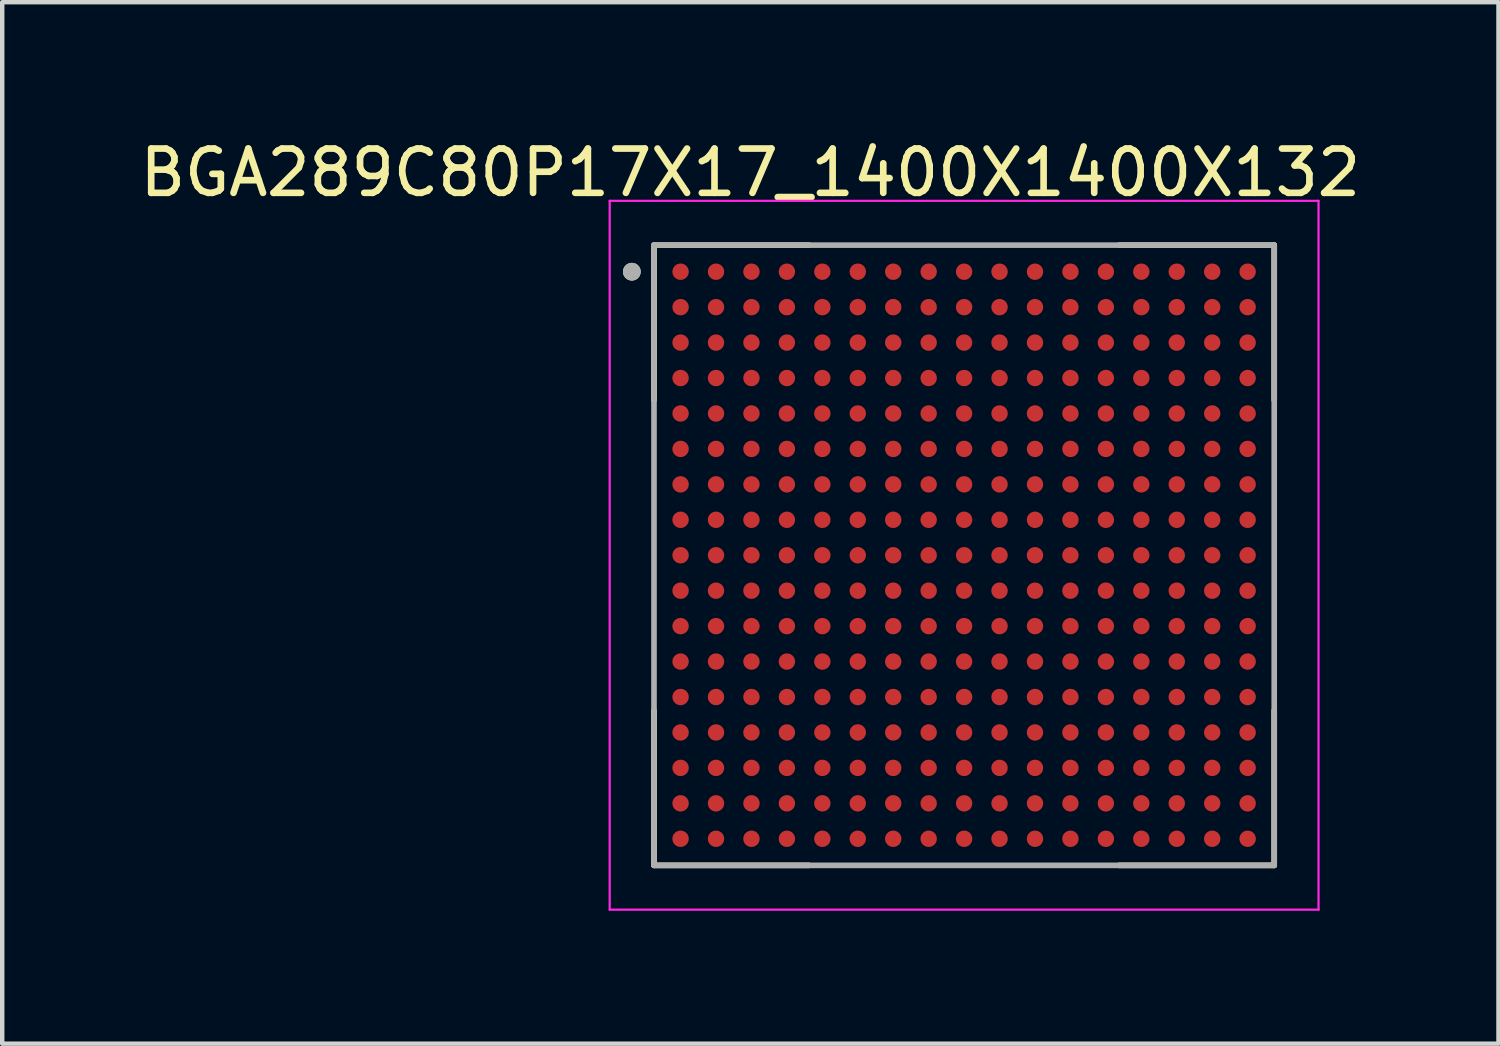
<source format=kicad_pcb>
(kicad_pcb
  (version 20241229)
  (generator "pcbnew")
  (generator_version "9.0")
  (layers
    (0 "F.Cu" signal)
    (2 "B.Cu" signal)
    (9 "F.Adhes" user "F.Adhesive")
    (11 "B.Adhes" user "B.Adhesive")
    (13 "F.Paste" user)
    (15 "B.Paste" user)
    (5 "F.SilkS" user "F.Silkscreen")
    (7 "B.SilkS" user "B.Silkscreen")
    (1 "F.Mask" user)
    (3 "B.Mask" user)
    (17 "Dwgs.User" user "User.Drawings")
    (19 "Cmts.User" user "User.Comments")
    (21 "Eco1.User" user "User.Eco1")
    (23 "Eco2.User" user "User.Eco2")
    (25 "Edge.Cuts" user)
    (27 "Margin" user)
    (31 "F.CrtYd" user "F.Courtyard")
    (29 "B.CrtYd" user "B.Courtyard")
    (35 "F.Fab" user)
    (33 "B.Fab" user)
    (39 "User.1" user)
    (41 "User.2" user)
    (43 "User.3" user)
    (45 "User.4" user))
  (footprint "BGA289C80P17X17_1400X1400X132"
    (layer "F.Cu")
    (at 18.712 9.483)
    (property "Reference" "BGA289C80P17X17_1400X1400X132" (at -4.825 -8.635 0) (layer "F.SilkS") (effects (font (size 1 1) (thickness 0.15))))
    (attr through_hole)
    (fp_line (start -7 -7) (end -7 -3.5) (stroke (width 0.127) (type solid)) (layer "F.SilkS"))
    (fp_line (start -7 -7) (end -3.5 -7) (stroke (width 0.127) (type solid)) (layer "F.SilkS"))
    (fp_line (start -7 7) (end -7 3.5) (stroke (width 0.127) (type solid)) (layer "F.SilkS"))
    (fp_line (start -7 7) (end -3.5 7) (stroke (width 0.127) (type solid)) (layer "F.SilkS"))
    (fp_line (start 7 -7) (end 3.5 -7) (stroke (width 0.127) (type solid)) (layer "F.SilkS"))
    (fp_line (start 7 -7) (end 7 -3.5) (stroke (width 0.127) (type solid)) (layer "F.SilkS"))
    (fp_line (start 7 7) (end 3.5 7) (stroke (width 0.127) (type solid)) (layer "F.SilkS"))
    (fp_line (start 7 7) (end 7 3.5) (stroke (width 0.127) (type solid)) (layer "F.SilkS"))
    (fp_circle (center -7.5 -6.4) (end -7.4 -6.4) (stroke (width 0.2) (type solid)) (fill no) (layer "F.SilkS"))
    (fp_line (start -8 -8) (end 8 -8) (stroke (width 0.05) (type solid)) (layer "F.CrtYd"))
    (fp_line (start -8 8) (end -8 -8) (stroke (width 0.05) (type solid)) (layer "F.CrtYd"))
    (fp_line (start -8 8) (end 8 8) (stroke (width 0.05) (type solid)) (layer "F.CrtYd"))
    (fp_line (start 8 8) (end 8 -8) (stroke (width 0.05) (type solid)) (layer "F.CrtYd"))
    (fp_line (start -7 7) (end -7 -7) (stroke (width 0.127) (type solid)) (layer "F.Fab"))
    (fp_line (start 7 -7) (end -7 -7) (stroke (width 0.127) (type solid)) (layer "F.Fab"))
    (fp_line (start 7 7) (end -7 7) (stroke (width 0.127) (type solid)) (layer "F.Fab"))
    (fp_line (start 7 7) (end 7 -7) (stroke (width 0.127) (type solid)) (layer "F.Fab"))
    (fp_circle (center -7.5 -6.4) (end -7.4 -6.4) (stroke (width 0.2) (type solid)) (fill no) (layer "F.Fab"))
    (pad "A1" smd circle (at -6.4 -6.4) (size 0.37 0.37) (layers "F.Cu" "F.Mask" "F.Paste"))
    (pad "A2" smd circle (at -5.6 -6.4) (size 0.37 0.37) (layers "F.Cu" "F.Mask" "F.Paste"))
    (pad "A3" smd circle (at -4.8 -6.4) (size 0.37 0.37) (layers "F.Cu" "F.Mask" "F.Paste"))
    (pad "A4" smd circle (at -4 -6.4) (size 0.37 0.37) (layers "F.Cu" "F.Mask" "F.Paste"))
    (pad "A5" smd circle (at -3.2 -6.4) (size 0.37 0.37) (layers "F.Cu" "F.Mask" "F.Paste"))
    (pad "A6" smd circle (at -2.4 -6.4) (size 0.37 0.37) (layers "F.Cu" "F.Mask" "F.Paste"))
    (pad "A7" smd circle (at -1.6 -6.4) (size 0.37 0.37) (layers "F.Cu" "F.Mask" "F.Paste"))
    (pad "A8" smd circle (at -0.8 -6.4) (size 0.37 0.37) (layers "F.Cu" "F.Mask" "F.Paste"))
    (pad "A9" smd circle (at 0 -6.4) (size 0.37 0.37) (layers "F.Cu" "F.Mask" "F.Paste"))
    (pad "A10" smd circle (at 0.8 -6.4) (size 0.37 0.37) (layers "F.Cu" "F.Mask" "F.Paste"))
    (pad "A11" smd circle (at 1.6 -6.4) (size 0.37 0.37) (layers "F.Cu" "F.Mask" "F.Paste"))
    (pad "A12" smd circle (at 2.4 -6.4) (size 0.37 0.37) (layers "F.Cu" "F.Mask" "F.Paste"))
    (pad "A13" smd circle (at 3.2 -6.4) (size 0.37 0.37) (layers "F.Cu" "F.Mask" "F.Paste"))
    (pad "A14" smd circle (at 4 -6.4) (size 0.37 0.37) (layers "F.Cu" "F.Mask" "F.Paste"))
    (pad "A15" smd circle (at 4.8 -6.4) (size 0.37 0.37) (layers "F.Cu" "F.Mask" "F.Paste"))
    (pad "A16" smd circle (at 5.6 -6.4) (size 0.37 0.37) (layers "F.Cu" "F.Mask" "F.Paste"))
    (pad "A17" smd circle (at 6.4 -6.4) (size 0.37 0.37) (layers "F.Cu" "F.Mask" "F.Paste"))
    (pad "B1" smd circle (at -6.4 -5.6) (size 0.37 0.37) (layers "F.Cu" "F.Mask" "F.Paste"))
    (pad "B2" smd circle (at -5.6 -5.6) (size 0.37 0.37) (layers "F.Cu" "F.Mask" "F.Paste"))
    (pad "B3" smd circle (at -4.8 -5.6) (size 0.37 0.37) (layers "F.Cu" "F.Mask" "F.Paste"))
    (pad "B4" smd circle (at -4 -5.6) (size 0.37 0.37) (layers "F.Cu" "F.Mask" "F.Paste"))
    (pad "B5" smd circle (at -3.2 -5.6) (size 0.37 0.37) (layers "F.Cu" "F.Mask" "F.Paste"))
    (pad "B6" smd circle (at -2.4 -5.6) (size 0.37 0.37) (layers "F.Cu" "F.Mask" "F.Paste"))
    (pad "B7" smd circle (at -1.6 -5.6) (size 0.37 0.37) (layers "F.Cu" "F.Mask" "F.Paste"))
    (pad "B8" smd circle (at -0.8 -5.6) (size 0.37 0.37) (layers "F.Cu" "F.Mask" "F.Paste"))
    (pad "B9" smd circle (at 0 -5.6) (size 0.37 0.37) (layers "F.Cu" "F.Mask" "F.Paste"))
    (pad "B10" smd circle (at 0.8 -5.6) (size 0.37 0.37) (layers "F.Cu" "F.Mask" "F.Paste"))
    (pad "B11" smd circle (at 1.6 -5.6) (size 0.37 0.37) (layers "F.Cu" "F.Mask" "F.Paste"))
    (pad "B12" smd circle (at 2.4 -5.6) (size 0.37 0.37) (layers "F.Cu" "F.Mask" "F.Paste"))
    (pad "B13" smd circle (at 3.2 -5.6) (size 0.37 0.37) (layers "F.Cu" "F.Mask" "F.Paste"))
    (pad "B14" smd circle (at 4 -5.6) (size 0.37 0.37) (layers "F.Cu" "F.Mask" "F.Paste"))
    (pad "B15" smd circle (at 4.8 -5.6) (size 0.37 0.37) (layers "F.Cu" "F.Mask" "F.Paste"))
    (pad "B16" smd circle (at 5.6 -5.6) (size 0.37 0.37) (layers "F.Cu" "F.Mask" "F.Paste"))
    (pad "B17" smd circle (at 6.4 -5.6) (size 0.37 0.37) (layers "F.Cu" "F.Mask" "F.Paste"))
    (pad "C1" smd circle (at -6.4 -4.8) (size 0.37 0.37) (layers "F.Cu" "F.Mask" "F.Paste"))
    (pad "C2" smd circle (at -5.6 -4.8) (size 0.37 0.37) (layers "F.Cu" "F.Mask" "F.Paste"))
    (pad "C3" smd circle (at -4.8 -4.8) (size 0.37 0.37) (layers "F.Cu" "F.Mask" "F.Paste"))
    (pad "C4" smd circle (at -4 -4.8) (size 0.37 0.37) (layers "F.Cu" "F.Mask" "F.Paste"))
    (pad "C5" smd circle (at -3.2 -4.8) (size 0.37 0.37) (layers "F.Cu" "F.Mask" "F.Paste"))
    (pad "C6" smd circle (at -2.4 -4.8) (size 0.37 0.37) (layers "F.Cu" "F.Mask" "F.Paste"))
    (pad "C7" smd circle (at -1.6 -4.8) (size 0.37 0.37) (layers "F.Cu" "F.Mask" "F.Paste"))
    (pad "C8" smd circle (at -0.8 -4.8) (size 0.37 0.37) (layers "F.Cu" "F.Mask" "F.Paste"))
    (pad "C9" smd circle (at 0 -4.8) (size 0.37 0.37) (layers "F.Cu" "F.Mask" "F.Paste"))
    (pad "C10" smd circle (at 0.8 -4.8) (size 0.37 0.37) (layers "F.Cu" "F.Mask" "F.Paste"))
    (pad "C11" smd circle (at 1.6 -4.8) (size 0.37 0.37) (layers "F.Cu" "F.Mask" "F.Paste"))
    (pad "C12" smd circle (at 2.4 -4.8) (size 0.37 0.37) (layers "F.Cu" "F.Mask" "F.Paste"))
    (pad "C13" smd circle (at 3.2 -4.8) (size 0.37 0.37) (layers "F.Cu" "F.Mask" "F.Paste"))
    (pad "C14" smd circle (at 4 -4.8) (size 0.37 0.37) (layers "F.Cu" "F.Mask" "F.Paste"))
    (pad "C15" smd circle (at 4.8 -4.8) (size 0.37 0.37) (layers "F.Cu" "F.Mask" "F.Paste"))
    (pad "C16" smd circle (at 5.6 -4.8) (size 0.37 0.37) (layers "F.Cu" "F.Mask" "F.Paste"))
    (pad "C17" smd circle (at 6.4 -4.8) (size 0.37 0.37) (layers "F.Cu" "F.Mask" "F.Paste"))
    (pad "D1" smd circle (at -6.4 -4) (size 0.37 0.37) (layers "F.Cu" "F.Mask" "F.Paste"))
    (pad "D2" smd circle (at -5.6 -4) (size 0.37 0.37) (layers "F.Cu" "F.Mask" "F.Paste"))
    (pad "D3" smd circle (at -4.8 -4) (size 0.37 0.37) (layers "F.Cu" "F.Mask" "F.Paste"))
    (pad "D4" smd circle (at -4 -4) (size 0.37 0.37) (layers "F.Cu" "F.Mask" "F.Paste"))
    (pad "D5" smd circle (at -3.2 -4) (size 0.37 0.37) (layers "F.Cu" "F.Mask" "F.Paste"))
    (pad "D6" smd circle (at -2.4 -4) (size 0.37 0.37) (layers "F.Cu" "F.Mask" "F.Paste"))
    (pad "D7" smd circle (at -1.6 -4) (size 0.37 0.37) (layers "F.Cu" "F.Mask" "F.Paste"))
    (pad "D8" smd circle (at -0.8 -4) (size 0.37 0.37) (layers "F.Cu" "F.Mask" "F.Paste"))
    (pad "D9" smd circle (at 0 -4) (size 0.37 0.37) (layers "F.Cu" "F.Mask" "F.Paste"))
    (pad "D10" smd circle (at 0.8 -4) (size 0.37 0.37) (layers "F.Cu" "F.Mask" "F.Paste"))
    (pad "D11" smd circle (at 1.6 -4) (size 0.37 0.37) (layers "F.Cu" "F.Mask" "F.Paste"))
    (pad "D12" smd circle (at 2.4 -4) (size 0.37 0.37) (layers "F.Cu" "F.Mask" "F.Paste"))
    (pad "D13" smd circle (at 3.2 -4) (size 0.37 0.37) (layers "F.Cu" "F.Mask" "F.Paste"))
    (pad "D14" smd circle (at 4 -4) (size 0.37 0.37) (layers "F.Cu" "F.Mask" "F.Paste"))
    (pad "D15" smd circle (at 4.8 -4) (size 0.37 0.37) (layers "F.Cu" "F.Mask" "F.Paste"))
    (pad "D16" smd circle (at 5.6 -4) (size 0.37 0.37) (layers "F.Cu" "F.Mask" "F.Paste"))
    (pad "D17" smd circle (at 6.4 -4) (size 0.37 0.37) (layers "F.Cu" "F.Mask" "F.Paste"))
    (pad "E1" smd circle (at -6.4 -3.2) (size 0.37 0.37) (layers "F.Cu" "F.Mask" "F.Paste"))
    (pad "E2" smd circle (at -5.6 -3.2) (size 0.37 0.37) (layers "F.Cu" "F.Mask" "F.Paste"))
    (pad "E3" smd circle (at -4.8 -3.2) (size 0.37 0.37) (layers "F.Cu" "F.Mask" "F.Paste"))
    (pad "E4" smd circle (at -4 -3.2) (size 0.37 0.37) (layers "F.Cu" "F.Mask" "F.Paste"))
    (pad "E5" smd circle (at -3.2 -3.2) (size 0.37 0.37) (layers "F.Cu" "F.Mask" "F.Paste"))
    (pad "E6" smd circle (at -2.4 -3.2) (size 0.37 0.37) (layers "F.Cu" "F.Mask" "F.Paste"))
    (pad "E7" smd circle (at -1.6 -3.2) (size 0.37 0.37) (layers "F.Cu" "F.Mask" "F.Paste"))
    (pad "E8" smd circle (at -0.8 -3.2) (size 0.37 0.37) (layers "F.Cu" "F.Mask" "F.Paste"))
    (pad "E9" smd circle (at 0 -3.2) (size 0.37 0.37) (layers "F.Cu" "F.Mask" "F.Paste"))
    (pad "E10" smd circle (at 0.8 -3.2) (size 0.37 0.37) (layers "F.Cu" "F.Mask" "F.Paste"))
    (pad "E11" smd circle (at 1.6 -3.2) (size 0.37 0.37) (layers "F.Cu" "F.Mask" "F.Paste"))
    (pad "E12" smd circle (at 2.4 -3.2) (size 0.37 0.37) (layers "F.Cu" "F.Mask" "F.Paste"))
    (pad "E13" smd circle (at 3.2 -3.2) (size 0.37 0.37) (layers "F.Cu" "F.Mask" "F.Paste"))
    (pad "E14" smd circle (at 4 -3.2) (size 0.37 0.37) (layers "F.Cu" "F.Mask" "F.Paste"))
    (pad "E15" smd circle (at 4.8 -3.2) (size 0.37 0.37) (layers "F.Cu" "F.Mask" "F.Paste"))
    (pad "E16" smd circle (at 5.6 -3.2) (size 0.37 0.37) (layers "F.Cu" "F.Mask" "F.Paste"))
    (pad "E17" smd circle (at 6.4 -3.2) (size 0.37 0.37) (layers "F.Cu" "F.Mask" "F.Paste"))
    (pad "F1" smd circle (at -6.4 -2.4) (size 0.37 0.37) (layers "F.Cu" "F.Mask" "F.Paste"))
    (pad "F2" smd circle (at -5.6 -2.4) (size 0.37 0.37) (layers "F.Cu" "F.Mask" "F.Paste"))
    (pad "F3" smd circle (at -4.8 -2.4) (size 0.37 0.37) (layers "F.Cu" "F.Mask" "F.Paste"))
    (pad "F4" smd circle (at -4 -2.4) (size 0.37 0.37) (layers "F.Cu" "F.Mask" "F.Paste"))
    (pad "F5" smd circle (at -3.2 -2.4) (size 0.37 0.37) (layers "F.Cu" "F.Mask" "F.Paste"))
    (pad "F6" smd circle (at -2.4 -2.4) (size 0.37 0.37) (layers "F.Cu" "F.Mask" "F.Paste"))
    (pad "F7" smd circle (at -1.6 -2.4) (size 0.37 0.37) (layers "F.Cu" "F.Mask" "F.Paste"))
    (pad "F8" smd circle (at -0.8 -2.4) (size 0.37 0.37) (layers "F.Cu" "F.Mask" "F.Paste"))
    (pad "F9" smd circle (at 0 -2.4) (size 0.37 0.37) (layers "F.Cu" "F.Mask" "F.Paste"))
    (pad "F10" smd circle (at 0.8 -2.4) (size 0.37 0.37) (layers "F.Cu" "F.Mask" "F.Paste"))
    (pad "F11" smd circle (at 1.6 -2.4) (size 0.37 0.37) (layers "F.Cu" "F.Mask" "F.Paste"))
    (pad "F12" smd circle (at 2.4 -2.4) (size 0.37 0.37) (layers "F.Cu" "F.Mask" "F.Paste"))
    (pad "F13" smd circle (at 3.2 -2.4) (size 0.37 0.37) (layers "F.Cu" "F.Mask" "F.Paste"))
    (pad "F14" smd circle (at 4 -2.4) (size 0.37 0.37) (layers "F.Cu" "F.Mask" "F.Paste"))
    (pad "F15" smd circle (at 4.8 -2.4) (size 0.37 0.37) (layers "F.Cu" "F.Mask" "F.Paste"))
    (pad "F16" smd circle (at 5.6 -2.4) (size 0.37 0.37) (layers "F.Cu" "F.Mask" "F.Paste"))
    (pad "F17" smd circle (at 6.4 -2.4) (size 0.37 0.37) (layers "F.Cu" "F.Mask" "F.Paste"))
    (pad "G1" smd circle (at -6.4 -1.6) (size 0.37 0.37) (layers "F.Cu" "F.Mask" "F.Paste"))
    (pad "G2" smd circle (at -5.6 -1.6) (size 0.37 0.37) (layers "F.Cu" "F.Mask" "F.Paste"))
    (pad "G3" smd circle (at -4.8 -1.6) (size 0.37 0.37) (layers "F.Cu" "F.Mask" "F.Paste"))
    (pad "G4" smd circle (at -4 -1.6) (size 0.37 0.37) (layers "F.Cu" "F.Mask" "F.Paste"))
    (pad "G5" smd circle (at -3.2 -1.6) (size 0.37 0.37) (layers "F.Cu" "F.Mask" "F.Paste"))
    (pad "G6" smd circle (at -2.4 -1.6) (size 0.37 0.37) (layers "F.Cu" "F.Mask" "F.Paste"))
    (pad "G7" smd circle (at -1.6 -1.6) (size 0.37 0.37) (layers "F.Cu" "F.Mask" "F.Paste"))
    (pad "G8" smd circle (at -0.8 -1.6) (size 0.37 0.37) (layers "F.Cu" "F.Mask" "F.Paste"))
    (pad "G9" smd circle (at 0 -1.6) (size 0.37 0.37) (layers "F.Cu" "F.Mask" "F.Paste"))
    (pad "G10" smd circle (at 0.8 -1.6) (size 0.37 0.37) (layers "F.Cu" "F.Mask" "F.Paste"))
    (pad "G11" smd circle (at 1.6 -1.6) (size 0.37 0.37) (layers "F.Cu" "F.Mask" "F.Paste"))
    (pad "G12" smd circle (at 2.4 -1.6) (size 0.37 0.37) (layers "F.Cu" "F.Mask" "F.Paste"))
    (pad "G13" smd circle (at 3.2 -1.6) (size 0.37 0.37) (layers "F.Cu" "F.Mask" "F.Paste"))
    (pad "G14" smd circle (at 4 -1.6) (size 0.37 0.37) (layers "F.Cu" "F.Mask" "F.Paste"))
    (pad "G15" smd circle (at 4.8 -1.6) (size 0.37 0.37) (layers "F.Cu" "F.Mask" "F.Paste"))
    (pad "G16" smd circle (at 5.6 -1.6) (size 0.37 0.37) (layers "F.Cu" "F.Mask" "F.Paste"))
    (pad "G17" smd circle (at 6.4 -1.6) (size 0.37 0.37) (layers "F.Cu" "F.Mask" "F.Paste"))
    (pad "H1" smd circle (at -6.4 -0.8) (size 0.37 0.37) (layers "F.Cu" "F.Mask" "F.Paste"))
    (pad "H2" smd circle (at -5.6 -0.8) (size 0.37 0.37) (layers "F.Cu" "F.Mask" "F.Paste"))
    (pad "H3" smd circle (at -4.8 -0.8) (size 0.37 0.37) (layers "F.Cu" "F.Mask" "F.Paste"))
    (pad "H4" smd circle (at -4 -0.8) (size 0.37 0.37) (layers "F.Cu" "F.Mask" "F.Paste"))
    (pad "H5" smd circle (at -3.2 -0.8) (size 0.37 0.37) (layers "F.Cu" "F.Mask" "F.Paste"))
    (pad "H6" smd circle (at -2.4 -0.8) (size 0.37 0.37) (layers "F.Cu" "F.Mask" "F.Paste"))
    (pad "H7" smd circle (at -1.6 -0.8) (size 0.37 0.37) (layers "F.Cu" "F.Mask" "F.Paste"))
    (pad "H8" smd circle (at -0.8 -0.8) (size 0.37 0.37) (layers "F.Cu" "F.Mask" "F.Paste"))
    (pad "H9" smd circle (at 0 -0.8) (size 0.37 0.37) (layers "F.Cu" "F.Mask" "F.Paste"))
    (pad "H10" smd circle (at 0.8 -0.8) (size 0.37 0.37) (layers "F.Cu" "F.Mask" "F.Paste"))
    (pad "H11" smd circle (at 1.6 -0.8) (size 0.37 0.37) (layers "F.Cu" "F.Mask" "F.Paste"))
    (pad "H12" smd circle (at 2.4 -0.8) (size 0.37 0.37) (layers "F.Cu" "F.Mask" "F.Paste"))
    (pad "H13" smd circle (at 3.2 -0.8) (size 0.37 0.37) (layers "F.Cu" "F.Mask" "F.Paste"))
    (pad "H14" smd circle (at 4 -0.8) (size 0.37 0.37) (layers "F.Cu" "F.Mask" "F.Paste"))
    (pad "H15" smd circle (at 4.8 -0.8) (size 0.37 0.37) (layers "F.Cu" "F.Mask" "F.Paste"))
    (pad "H16" smd circle (at 5.6 -0.8) (size 0.37 0.37) (layers "F.Cu" "F.Mask" "F.Paste"))
    (pad "H17" smd circle (at 6.4 -0.8) (size 0.37 0.37) (layers "F.Cu" "F.Mask" "F.Paste"))
    (pad "J1" smd circle (at -6.4 0) (size 0.37 0.37) (layers "F.Cu" "F.Mask" "F.Paste"))
    (pad "J2" smd circle (at -5.6 0) (size 0.37 0.37) (layers "F.Cu" "F.Mask" "F.Paste"))
    (pad "J3" smd circle (at -4.8 0) (size 0.37 0.37) (layers "F.Cu" "F.Mask" "F.Paste"))
    (pad "J4" smd circle (at -4 0) (size 0.37 0.37) (layers "F.Cu" "F.Mask" "F.Paste"))
    (pad "J5" smd circle (at -3.2 0) (size 0.37 0.37) (layers "F.Cu" "F.Mask" "F.Paste"))
    (pad "J6" smd circle (at -2.4 0) (size 0.37 0.37) (layers "F.Cu" "F.Mask" "F.Paste"))
    (pad "J7" smd circle (at -1.6 0) (size 0.37 0.37) (layers "F.Cu" "F.Mask" "F.Paste"))
    (pad "J8" smd circle (at -0.8 0) (size 0.37 0.37) (layers "F.Cu" "F.Mask" "F.Paste"))
    (pad "J9" smd circle (at 0 0) (size 0.37 0.37) (layers "F.Cu" "F.Mask" "F.Paste"))
    (pad "J10" smd circle (at 0.8 0) (size 0.37 0.37) (layers "F.Cu" "F.Mask" "F.Paste"))
    (pad "J11" smd circle (at 1.6 0) (size 0.37 0.37) (layers "F.Cu" "F.Mask" "F.Paste"))
    (pad "J12" smd circle (at 2.4 0) (size 0.37 0.37) (layers "F.Cu" "F.Mask" "F.Paste"))
    (pad "J13" smd circle (at 3.2 0) (size 0.37 0.37) (layers "F.Cu" "F.Mask" "F.Paste"))
    (pad "J14" smd circle (at 4 0) (size 0.37 0.37) (layers "F.Cu" "F.Mask" "F.Paste"))
    (pad "J15" smd circle (at 4.8 0) (size 0.37 0.37) (layers "F.Cu" "F.Mask" "F.Paste"))
    (pad "J16" smd circle (at 5.6 0) (size 0.37 0.37) (layers "F.Cu" "F.Mask" "F.Paste"))
    (pad "J17" smd circle (at 6.4 0) (size 0.37 0.37) (layers "F.Cu" "F.Mask" "F.Paste"))
    (pad "K1" smd circle (at -6.4 0.8) (size 0.37 0.37) (layers "F.Cu" "F.Mask" "F.Paste"))
    (pad "K2" smd circle (at -5.6 0.8) (size 0.37 0.37) (layers "F.Cu" "F.Mask" "F.Paste"))
    (pad "K3" smd circle (at -4.8 0.8) (size 0.37 0.37) (layers "F.Cu" "F.Mask" "F.Paste"))
    (pad "K4" smd circle (at -4 0.8) (size 0.37 0.37) (layers "F.Cu" "F.Mask" "F.Paste"))
    (pad "K5" smd circle (at -3.2 0.8) (size 0.37 0.37) (layers "F.Cu" "F.Mask" "F.Paste"))
    (pad "K6" smd circle (at -2.4 0.8) (size 0.37 0.37) (layers "F.Cu" "F.Mask" "F.Paste"))
    (pad "K7" smd circle (at -1.6 0.8) (size 0.37 0.37) (layers "F.Cu" "F.Mask" "F.Paste"))
    (pad "K8" smd circle (at -0.8 0.8) (size 0.37 0.37) (layers "F.Cu" "F.Mask" "F.Paste"))
    (pad "K9" smd circle (at 0 0.8) (size 0.37 0.37) (layers "F.Cu" "F.Mask" "F.Paste"))
    (pad "K10" smd circle (at 0.8 0.8) (size 0.37 0.37) (layers "F.Cu" "F.Mask" "F.Paste"))
    (pad "K11" smd circle (at 1.6 0.8) (size 0.37 0.37) (layers "F.Cu" "F.Mask" "F.Paste"))
    (pad "K12" smd circle (at 2.4 0.8) (size 0.37 0.37) (layers "F.Cu" "F.Mask" "F.Paste"))
    (pad "K13" smd circle (at 3.2 0.8) (size 0.37 0.37) (layers "F.Cu" "F.Mask" "F.Paste"))
    (pad "K14" smd circle (at 4 0.8) (size 0.37 0.37) (layers "F.Cu" "F.Mask" "F.Paste"))
    (pad "K15" smd circle (at 4.8 0.8) (size 0.37 0.37) (layers "F.Cu" "F.Mask" "F.Paste"))
    (pad "K16" smd circle (at 5.6 0.8) (size 0.37 0.37) (layers "F.Cu" "F.Mask" "F.Paste"))
    (pad "K17" smd circle (at 6.4 0.8) (size 0.37 0.37) (layers "F.Cu" "F.Mask" "F.Paste"))
    (pad "L1" smd circle (at -6.4 1.6) (size 0.37 0.37) (layers "F.Cu" "F.Mask" "F.Paste"))
    (pad "L2" smd circle (at -5.6 1.6) (size 0.37 0.37) (layers "F.Cu" "F.Mask" "F.Paste"))
    (pad "L3" smd circle (at -4.8 1.6) (size 0.37 0.37) (layers "F.Cu" "F.Mask" "F.Paste"))
    (pad "L4" smd circle (at -4 1.6) (size 0.37 0.37) (layers "F.Cu" "F.Mask" "F.Paste"))
    (pad "L5" smd circle (at -3.2 1.6) (size 0.37 0.37) (layers "F.Cu" "F.Mask" "F.Paste"))
    (pad "L6" smd circle (at -2.4 1.6) (size 0.37 0.37) (layers "F.Cu" "F.Mask" "F.Paste"))
    (pad "L7" smd circle (at -1.6 1.6) (size 0.37 0.37) (layers "F.Cu" "F.Mask" "F.Paste"))
    (pad "L8" smd circle (at -0.8 1.6) (size 0.37 0.37) (layers "F.Cu" "F.Mask" "F.Paste"))
    (pad "L9" smd circle (at 0 1.6) (size 0.37 0.37) (layers "F.Cu" "F.Mask" "F.Paste"))
    (pad "L10" smd circle (at 0.8 1.6) (size 0.37 0.37) (layers "F.Cu" "F.Mask" "F.Paste"))
    (pad "L11" smd circle (at 1.6 1.6) (size 0.37 0.37) (layers "F.Cu" "F.Mask" "F.Paste"))
    (pad "L12" smd circle (at 2.4 1.6) (size 0.37 0.37) (layers "F.Cu" "F.Mask" "F.Paste"))
    (pad "L13" smd circle (at 3.2 1.6) (size 0.37 0.37) (layers "F.Cu" "F.Mask" "F.Paste"))
    (pad "L14" smd circle (at 4 1.6) (size 0.37 0.37) (layers "F.Cu" "F.Mask" "F.Paste"))
    (pad "L15" smd circle (at 4.8 1.6) (size 0.37 0.37) (layers "F.Cu" "F.Mask" "F.Paste"))
    (pad "L16" smd circle (at 5.6 1.6) (size 0.37 0.37) (layers "F.Cu" "F.Mask" "F.Paste"))
    (pad "L17" smd circle (at 6.4 1.6) (size 0.37 0.37) (layers "F.Cu" "F.Mask" "F.Paste"))
    (pad "M1" smd circle (at -6.4 2.4) (size 0.37 0.37) (layers "F.Cu" "F.Mask" "F.Paste"))
    (pad "M2" smd circle (at -5.6 2.4) (size 0.37 0.37) (layers "F.Cu" "F.Mask" "F.Paste"))
    (pad "M3" smd circle (at -4.8 2.4) (size 0.37 0.37) (layers "F.Cu" "F.Mask" "F.Paste"))
    (pad "M4" smd circle (at -4 2.4) (size 0.37 0.37) (layers "F.Cu" "F.Mask" "F.Paste"))
    (pad "M5" smd circle (at -3.2 2.4) (size 0.37 0.37) (layers "F.Cu" "F.Mask" "F.Paste"))
    (pad "M6" smd circle (at -2.4 2.4) (size 0.37 0.37) (layers "F.Cu" "F.Mask" "F.Paste"))
    (pad "M7" smd circle (at -1.6 2.4) (size 0.37 0.37) (layers "F.Cu" "F.Mask" "F.Paste"))
    (pad "M8" smd circle (at -0.8 2.4) (size 0.37 0.37) (layers "F.Cu" "F.Mask" "F.Paste"))
    (pad "M9" smd circle (at 0 2.4) (size 0.37 0.37) (layers "F.Cu" "F.Mask" "F.Paste"))
    (pad "M10" smd circle (at 0.8 2.4) (size 0.37 0.37) (layers "F.Cu" "F.Mask" "F.Paste"))
    (pad "M11" smd circle (at 1.6 2.4) (size 0.37 0.37) (layers "F.Cu" "F.Mask" "F.Paste"))
    (pad "M12" smd circle (at 2.4 2.4) (size 0.37 0.37) (layers "F.Cu" "F.Mask" "F.Paste"))
    (pad "M13" smd circle (at 3.2 2.4) (size 0.37 0.37) (layers "F.Cu" "F.Mask" "F.Paste"))
    (pad "M14" smd circle (at 4 2.4) (size 0.37 0.37) (layers "F.Cu" "F.Mask" "F.Paste"))
    (pad "M15" smd circle (at 4.8 2.4) (size 0.37 0.37) (layers "F.Cu" "F.Mask" "F.Paste"))
    (pad "M16" smd circle (at 5.6 2.4) (size 0.37 0.37) (layers "F.Cu" "F.Mask" "F.Paste"))
    (pad "M17" smd circle (at 6.4 2.4) (size 0.37 0.37) (layers "F.Cu" "F.Mask" "F.Paste"))
    (pad "N1" smd circle (at -6.4 3.2) (size 0.37 0.37) (layers "F.Cu" "F.Mask" "F.Paste"))
    (pad "N2" smd circle (at -5.6 3.2) (size 0.37 0.37) (layers "F.Cu" "F.Mask" "F.Paste"))
    (pad "N3" smd circle (at -4.8 3.2) (size 0.37 0.37) (layers "F.Cu" "F.Mask" "F.Paste"))
    (pad "N4" smd circle (at -4 3.2) (size 0.37 0.37) (layers "F.Cu" "F.Mask" "F.Paste"))
    (pad "N5" smd circle (at -3.2 3.2) (size 0.37 0.37) (layers "F.Cu" "F.Mask" "F.Paste"))
    (pad "N6" smd circle (at -2.4 3.2) (size 0.37 0.37) (layers "F.Cu" "F.Mask" "F.Paste"))
    (pad "N7" smd circle (at -1.6 3.2) (size 0.37 0.37) (layers "F.Cu" "F.Mask" "F.Paste"))
    (pad "N8" smd circle (at -0.8 3.2) (size 0.37 0.37) (layers "F.Cu" "F.Mask" "F.Paste"))
    (pad "N9" smd circle (at 0 3.2) (size 0.37 0.37) (layers "F.Cu" "F.Mask" "F.Paste"))
    (pad "N10" smd circle (at 0.8 3.2) (size 0.37 0.37) (layers "F.Cu" "F.Mask" "F.Paste"))
    (pad "N11" smd circle (at 1.6 3.2) (size 0.37 0.37) (layers "F.Cu" "F.Mask" "F.Paste"))
    (pad "N12" smd circle (at 2.4 3.2) (size 0.37 0.37) (layers "F.Cu" "F.Mask" "F.Paste"))
    (pad "N13" smd circle (at 3.2 3.2) (size 0.37 0.37) (layers "F.Cu" "F.Mask" "F.Paste"))
    (pad "N14" smd circle (at 4 3.2) (size 0.37 0.37) (layers "F.Cu" "F.Mask" "F.Paste"))
    (pad "N15" smd circle (at 4.8 3.2) (size 0.37 0.37) (layers "F.Cu" "F.Mask" "F.Paste"))
    (pad "N16" smd circle (at 5.6 3.2) (size 0.37 0.37) (layers "F.Cu" "F.Mask" "F.Paste"))
    (pad "N17" smd circle (at 6.4 3.2) (size 0.37 0.37) (layers "F.Cu" "F.Mask" "F.Paste"))
    (pad "P1" smd circle (at -6.4 4) (size 0.37 0.37) (layers "F.Cu" "F.Mask" "F.Paste"))
    (pad "P2" smd circle (at -5.6 4) (size 0.37 0.37) (layers "F.Cu" "F.Mask" "F.Paste"))
    (pad "P3" smd circle (at -4.8 4) (size 0.37 0.37) (layers "F.Cu" "F.Mask" "F.Paste"))
    (pad "P4" smd circle (at -4 4) (size 0.37 0.37) (layers "F.Cu" "F.Mask" "F.Paste"))
    (pad "P5" smd circle (at -3.2 4) (size 0.37 0.37) (layers "F.Cu" "F.Mask" "F.Paste"))
    (pad "P6" smd circle (at -2.4 4) (size 0.37 0.37) (layers "F.Cu" "F.Mask" "F.Paste"))
    (pad "P7" smd circle (at -1.6 4) (size 0.37 0.37) (layers "F.Cu" "F.Mask" "F.Paste"))
    (pad "P8" smd circle (at -0.8 4) (size 0.37 0.37) (layers "F.Cu" "F.Mask" "F.Paste"))
    (pad "P9" smd circle (at 0 4) (size 0.37 0.37) (layers "F.Cu" "F.Mask" "F.Paste"))
    (pad "P10" smd circle (at 0.8 4) (size 0.37 0.37) (layers "F.Cu" "F.Mask" "F.Paste"))
    (pad "P11" smd circle (at 1.6 4) (size 0.37 0.37) (layers "F.Cu" "F.Mask" "F.Paste"))
    (pad "P12" smd circle (at 2.4 4) (size 0.37 0.37) (layers "F.Cu" "F.Mask" "F.Paste"))
    (pad "P13" smd circle (at 3.2 4) (size 0.37 0.37) (layers "F.Cu" "F.Mask" "F.Paste"))
    (pad "P14" smd circle (at 4 4) (size 0.37 0.37) (layers "F.Cu" "F.Mask" "F.Paste"))
    (pad "P15" smd circle (at 4.8 4) (size 0.37 0.37) (layers "F.Cu" "F.Mask" "F.Paste"))
    (pad "P16" smd circle (at 5.6 4) (size 0.37 0.37) (layers "F.Cu" "F.Mask" "F.Paste"))
    (pad "P17" smd circle (at 6.4 4) (size 0.37 0.37) (layers "F.Cu" "F.Mask" "F.Paste"))
    (pad "R1" smd circle (at -6.4 4.8) (size 0.37 0.37) (layers "F.Cu" "F.Mask" "F.Paste"))
    (pad "R2" smd circle (at -5.6 4.8) (size 0.37 0.37) (layers "F.Cu" "F.Mask" "F.Paste"))
    (pad "R3" smd circle (at -4.8 4.8) (size 0.37 0.37) (layers "F.Cu" "F.Mask" "F.Paste"))
    (pad "R4" smd circle (at -4 4.8) (size 0.37 0.37) (layers "F.Cu" "F.Mask" "F.Paste"))
    (pad "R5" smd circle (at -3.2 4.8) (size 0.37 0.37) (layers "F.Cu" "F.Mask" "F.Paste"))
    (pad "R6" smd circle (at -2.4 4.8) (size 0.37 0.37) (layers "F.Cu" "F.Mask" "F.Paste"))
    (pad "R7" smd circle (at -1.6 4.8) (size 0.37 0.37) (layers "F.Cu" "F.Mask" "F.Paste"))
    (pad "R8" smd circle (at -0.8 4.8) (size 0.37 0.37) (layers "F.Cu" "F.Mask" "F.Paste"))
    (pad "R9" smd circle (at 0 4.8) (size 0.37 0.37) (layers "F.Cu" "F.Mask" "F.Paste"))
    (pad "R10" smd circle (at 0.8 4.8) (size 0.37 0.37) (layers "F.Cu" "F.Mask" "F.Paste"))
    (pad "R11" smd circle (at 1.6 4.8) (size 0.37 0.37) (layers "F.Cu" "F.Mask" "F.Paste"))
    (pad "R12" smd circle (at 2.4 4.8) (size 0.37 0.37) (layers "F.Cu" "F.Mask" "F.Paste"))
    (pad "R13" smd circle (at 3.2 4.8) (size 0.37 0.37) (layers "F.Cu" "F.Mask" "F.Paste"))
    (pad "R14" smd circle (at 4 4.8) (size 0.37 0.37) (layers "F.Cu" "F.Mask" "F.Paste"))
    (pad "R15" smd circle (at 4.8 4.8) (size 0.37 0.37) (layers "F.Cu" "F.Mask" "F.Paste"))
    (pad "R16" smd circle (at 5.6 4.8) (size 0.37 0.37) (layers "F.Cu" "F.Mask" "F.Paste"))
    (pad "R17" smd circle (at 6.4 4.8) (size 0.37 0.37) (layers "F.Cu" "F.Mask" "F.Paste"))
    (pad "T1" smd circle (at -6.4 5.6) (size 0.37 0.37) (layers "F.Cu" "F.Mask" "F.Paste"))
    (pad "T2" smd circle (at -5.6 5.6) (size 0.37 0.37) (layers "F.Cu" "F.Mask" "F.Paste"))
    (pad "T3" smd circle (at -4.8 5.6) (size 0.37 0.37) (layers "F.Cu" "F.Mask" "F.Paste"))
    (pad "T4" smd circle (at -4 5.6) (size 0.37 0.37) (layers "F.Cu" "F.Mask" "F.Paste"))
    (pad "T5" smd circle (at -3.2 5.6) (size 0.37 0.37) (layers "F.Cu" "F.Mask" "F.Paste"))
    (pad "T6" smd circle (at -2.4 5.6) (size 0.37 0.37) (layers "F.Cu" "F.Mask" "F.Paste"))
    (pad "T7" smd circle (at -1.6 5.6) (size 0.37 0.37) (layers "F.Cu" "F.Mask" "F.Paste"))
    (pad "T8" smd circle (at -0.8 5.6) (size 0.37 0.37) (layers "F.Cu" "F.Mask" "F.Paste"))
    (pad "T9" smd circle (at 0 5.6) (size 0.37 0.37) (layers "F.Cu" "F.Mask" "F.Paste"))
    (pad "T10" smd circle (at 0.8 5.6) (size 0.37 0.37) (layers "F.Cu" "F.Mask" "F.Paste"))
    (pad "T11" smd circle (at 1.6 5.6) (size 0.37 0.37) (layers "F.Cu" "F.Mask" "F.Paste"))
    (pad "T12" smd circle (at 2.4 5.6) (size 0.37 0.37) (layers "F.Cu" "F.Mask" "F.Paste"))
    (pad "T13" smd circle (at 3.2 5.6) (size 0.37 0.37) (layers "F.Cu" "F.Mask" "F.Paste"))
    (pad "T14" smd circle (at 4 5.6) (size 0.37 0.37) (layers "F.Cu" "F.Mask" "F.Paste"))
    (pad "T15" smd circle (at 4.8 5.6) (size 0.37 0.37) (layers "F.Cu" "F.Mask" "F.Paste"))
    (pad "T16" smd circle (at 5.6 5.6) (size 0.37 0.37) (layers "F.Cu" "F.Mask" "F.Paste"))
    (pad "T17" smd circle (at 6.4 5.6) (size 0.37 0.37) (layers "F.Cu" "F.Mask" "F.Paste"))
    (pad "U1" smd circle (at -6.4 6.4) (size 0.37 0.37) (layers "F.Cu" "F.Mask" "F.Paste"))
    (pad "U2" smd circle (at -5.6 6.4) (size 0.37 0.37) (layers "F.Cu" "F.Mask" "F.Paste"))
    (pad "U3" smd circle (at -4.8 6.4) (size 0.37 0.37) (layers "F.Cu" "F.Mask" "F.Paste"))
    (pad "U4" smd circle (at -4 6.4) (size 0.37 0.37) (layers "F.Cu" "F.Mask" "F.Paste"))
    (pad "U5" smd circle (at -3.2 6.4) (size 0.37 0.37) (layers "F.Cu" "F.Mask" "F.Paste"))
    (pad "U6" smd circle (at -2.4 6.4) (size 0.37 0.37) (layers "F.Cu" "F.Mask" "F.Paste"))
    (pad "U7" smd circle (at -1.6 6.4) (size 0.37 0.37) (layers "F.Cu" "F.Mask" "F.Paste"))
    (pad "U8" smd circle (at -0.8 6.4) (size 0.37 0.37) (layers "F.Cu" "F.Mask" "F.Paste"))
    (pad "U9" smd circle (at 0 6.4) (size 0.37 0.37) (layers "F.Cu" "F.Mask" "F.Paste"))
    (pad "U10" smd circle (at 0.8 6.4) (size 0.37 0.37) (layers "F.Cu" "F.Mask" "F.Paste"))
    (pad "U11" smd circle (at 1.6 6.4) (size 0.37 0.37) (layers "F.Cu" "F.Mask" "F.Paste"))
    (pad "U12" smd circle (at 2.4 6.4) (size 0.37 0.37) (layers "F.Cu" "F.Mask" "F.Paste"))
    (pad "U13" smd circle (at 3.2 6.4) (size 0.37 0.37) (layers "F.Cu" "F.Mask" "F.Paste"))
    (pad "U14" smd circle (at 4 6.4) (size 0.37 0.37) (layers "F.Cu" "F.Mask" "F.Paste"))
    (pad "U15" smd circle (at 4.8 6.4) (size 0.37 0.37) (layers "F.Cu" "F.Mask" "F.Paste"))
    (pad "U16" smd circle (at 5.6 6.4) (size 0.37 0.37) (layers "F.Cu" "F.Mask" "F.Paste"))
    (pad "U17" smd circle (at 6.4 6.4) (size 0.37 0.37) (layers "F.Cu" "F.Mask" "F.Paste")))
  (gr_rect
    (start -3 -3)
    (end 30.774 20.508)
    (stroke (width 0.1) (type default))
    (fill no)
    (layer "Edge.Cuts")))
</source>
